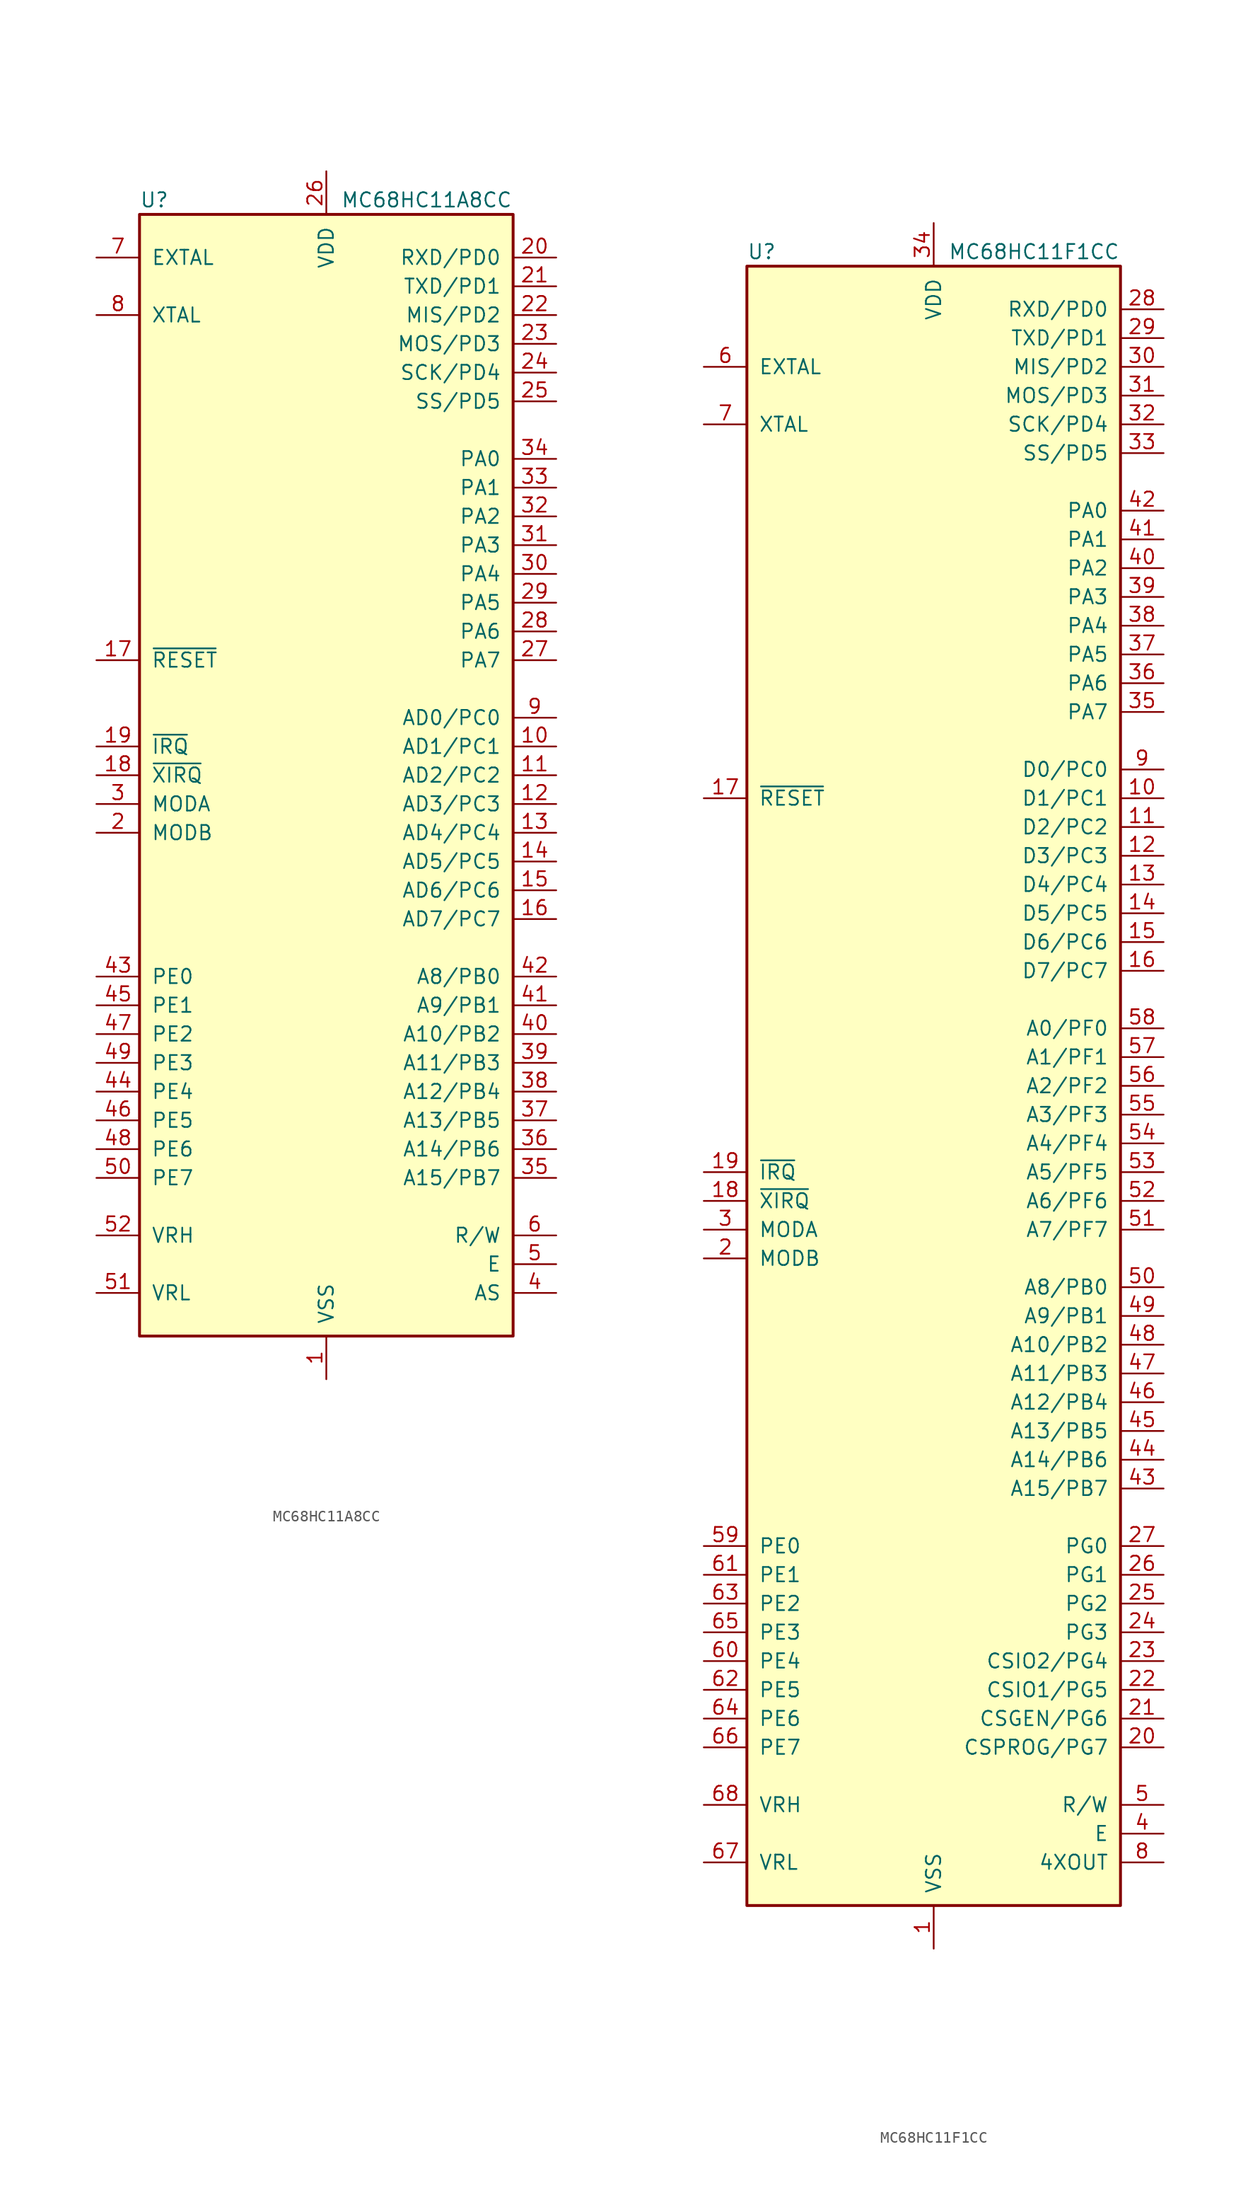
<source format=kicad_sym>
(kicad_symbol_lib
  (version 20211014)
  (generator kicad_symbol_editor)
  (symbol "MC68HC11A8CC"
    (pin_names
      (offset 1.016))
    (property "Reference" "U"
      (at -16.51 50.8 0)
      (effects (font (size 1.27 1.27)) (justify left)))
    (property "Value" "MC68HC11A8CC"
      (at 1.27 50.8 0)
      (effects (font (size 1.27 1.27)) (justify left)))
    (symbol "MC68HC11A8CC_0_1"
      (rectangle (start -16.51 49.53) (end 16.51 -49.53) (stroke (width 0.254) (type default) (color 0 0 0 0)) (fill (type background))))
    (symbol "MC68HC11A8CC_1_1"
      (pin power_in line (at 0 -53.34 90) (length 3.81) (name "VSS" (effects (font (size 1.27 1.27)))) (number "1" (effects (font (size 1.27 1.27)))))
      (pin bidirectional line (at 20.32 2.54 180) (length 3.81) (name "AD1/PC1" (effects (font (size 1.27 1.27)))) (number "10" (effects (font (size 1.27 1.27)))))
      (pin bidirectional line (at 20.32 0 180) (length 3.81) (name "AD2/PC2" (effects (font (size 1.27 1.27)))) (number "11" (effects (font (size 1.27 1.27)))))
      (pin bidirectional line (at 20.32 -2.54 180) (length 3.81) (name "AD3/PC3" (effects (font (size 1.27 1.27)))) (number "12" (effects (font (size 1.27 1.27)))))
      (pin bidirectional line (at 20.32 -5.08 180) (length 3.81) (name "AD4/PC4" (effects (font (size 1.27 1.27)))) (number "13" (effects (font (size 1.27 1.27)))))
      (pin bidirectional line (at 20.32 -7.62 180) (length 3.81) (name "AD5/PC5" (effects (font (size 1.27 1.27)))) (number "14" (effects (font (size 1.27 1.27)))))
      (pin bidirectional line (at 20.32 -10.16 180) (length 3.81) (name "AD6/PC6" (effects (font (size 1.27 1.27)))) (number "15" (effects (font (size 1.27 1.27)))))
      (pin bidirectional line (at 20.32 -12.7 180) (length 3.81) (name "AD7/PC7" (effects (font (size 1.27 1.27)))) (number "16" (effects (font (size 1.27 1.27)))))
      (pin input line (at -20.32 10.16 0) (length 3.81) (name "~{RESET}" (effects (font (size 1.27 1.27)))) (number "17" (effects (font (size 1.27 1.27)))))
      (pin input line (at -20.32 0 0) (length 3.81) (name "~{XIRQ}" (effects (font (size 1.27 1.27)))) (number "18" (effects (font (size 1.27 1.27)))))
      (pin input line (at -20.32 2.54 0) (length 3.81) (name "~{IRQ}" (effects (font (size 1.27 1.27)))) (number "19" (effects (font (size 1.27 1.27)))))
      (pin input line (at -20.32 -5.08 0) (length 3.81) (name "MODB" (effects (font (size 1.27 1.27)))) (number "2" (effects (font (size 1.27 1.27)))))
      (pin bidirectional line (at 20.32 45.72 180) (length 3.81) (name "RXD/PD0" (effects (font (size 1.27 1.27)))) (number "20" (effects (font (size 1.27 1.27)))))
      (pin bidirectional line (at 20.32 43.18 180) (length 3.81) (name "TXD/PD1" (effects (font (size 1.27 1.27)))) (number "21" (effects (font (size 1.27 1.27)))))
      (pin bidirectional line (at 20.32 40.64 180) (length 3.81) (name "MIS/PD2" (effects (font (size 1.27 1.27)))) (number "22" (effects (font (size 1.27 1.27)))))
      (pin bidirectional line (at 20.32 38.1 180) (length 3.81) (name "MOS/PD3" (effects (font (size 1.27 1.27)))) (number "23" (effects (font (size 1.27 1.27)))))
      (pin bidirectional line (at 20.32 35.56 180) (length 3.81) (name "SCK/PD4" (effects (font (size 1.27 1.27)))) (number "24" (effects (font (size 1.27 1.27)))))
      (pin bidirectional line (at 20.32 33.02 180) (length 3.81) (name "SS/PD5" (effects (font (size 1.27 1.27)))) (number "25" (effects (font (size 1.27 1.27)))))
      (pin power_in line (at 0 53.34 270) (length 3.81) (name "VDD" (effects (font (size 1.27 1.27)))) (number "26" (effects (font (size 1.27 1.27)))))
      (pin bidirectional line (at 20.32 10.16 180) (length 3.81) (name "PA7" (effects (font (size 1.27 1.27)))) (number "27" (effects (font (size 1.27 1.27)))))
      (pin output line (at 20.32 12.7 180) (length 3.81) (name "PA6" (effects (font (size 1.27 1.27)))) (number "28" (effects (font (size 1.27 1.27)))))
      (pin output line (at 20.32 15.24 180) (length 3.81) (name "PA5" (effects (font (size 1.27 1.27)))) (number "29" (effects (font (size 1.27 1.27)))))
      (pin bidirectional line (at -20.32 -2.54 0) (length 3.81) (name "MODA" (effects (font (size 1.27 1.27)))) (number "3" (effects (font (size 1.27 1.27)))))
      (pin output line (at 20.32 17.78 180) (length 3.81) (name "PA4" (effects (font (size 1.27 1.27)))) (number "30" (effects (font (size 1.27 1.27)))))
      (pin output line (at 20.32 20.32 180) (length 3.81) (name "PA3" (effects (font (size 1.27 1.27)))) (number "31" (effects (font (size 1.27 1.27)))))
      (pin input line (at 20.32 22.86 180) (length 3.81) (name "PA2" (effects (font (size 1.27 1.27)))) (number "32" (effects (font (size 1.27 1.27)))))
      (pin input line (at 20.32 25.4 180) (length 3.81) (name "PA1" (effects (font (size 1.27 1.27)))) (number "33" (effects (font (size 1.27 1.27)))))
      (pin input line (at 20.32 27.94 180) (length 3.81) (name "PA0" (effects (font (size 1.27 1.27)))) (number "34" (effects (font (size 1.27 1.27)))))
      (pin output line (at 20.32 -35.56 180) (length 3.81) (name "A15/PB7" (effects (font (size 1.27 1.27)))) (number "35" (effects (font (size 1.27 1.27)))))
      (pin output line (at 20.32 -33.02 180) (length 3.81) (name "A14/PB6" (effects (font (size 1.27 1.27)))) (number "36" (effects (font (size 1.27 1.27)))))
      (pin output line (at 20.32 -30.48 180) (length 3.81) (name "A13/PB5" (effects (font (size 1.27 1.27)))) (number "37" (effects (font (size 1.27 1.27)))))
      (pin output line (at 20.32 -27.94 180) (length 3.81) (name "A12/PB4" (effects (font (size 1.27 1.27)))) (number "38" (effects (font (size 1.27 1.27)))))
      (pin output line (at 20.32 -25.4 180) (length 3.81) (name "A11/PB3" (effects (font (size 1.27 1.27)))) (number "39" (effects (font (size 1.27 1.27)))))
      (pin output line (at 20.32 -45.72 180) (length 3.81) (name "AS" (effects (font (size 1.27 1.27)))) (number "4" (effects (font (size 1.27 1.27)))))
      (pin output line (at 20.32 -22.86 180) (length 3.81) (name "A10/PB2" (effects (font (size 1.27 1.27)))) (number "40" (effects (font (size 1.27 1.27)))))
      (pin output line (at 20.32 -20.32 180) (length 3.81) (name "A9/PB1" (effects (font (size 1.27 1.27)))) (number "41" (effects (font (size 1.27 1.27)))))
      (pin output line (at 20.32 -17.78 180) (length 3.81) (name "A8/PB0" (effects (font (size 1.27 1.27)))) (number "42" (effects (font (size 1.27 1.27)))))
      (pin input line (at -20.32 -17.78 0) (length 3.81) (name "PE0" (effects (font (size 1.27 1.27)))) (number "43" (effects (font (size 1.27 1.27)))))
      (pin input line (at -20.32 -27.94 0) (length 3.81) (name "PE4" (effects (font (size 1.27 1.27)))) (number "44" (effects (font (size 1.27 1.27)))))
      (pin input line (at -20.32 -20.32 0) (length 3.81) (name "PE1" (effects (font (size 1.27 1.27)))) (number "45" (effects (font (size 1.27 1.27)))))
      (pin input line (at -20.32 -30.48 0) (length 3.81) (name "PE5" (effects (font (size 1.27 1.27)))) (number "46" (effects (font (size 1.27 1.27)))))
      (pin input line (at -20.32 -22.86 0) (length 3.81) (name "PE2" (effects (font (size 1.27 1.27)))) (number "47" (effects (font (size 1.27 1.27)))))
      (pin input line (at -20.32 -33.02 0) (length 3.81) (name "PE6" (effects (font (size 1.27 1.27)))) (number "48" (effects (font (size 1.27 1.27)))))
      (pin input line (at -20.32 -25.4 0) (length 3.81) (name "PE3" (effects (font (size 1.27 1.27)))) (number "49" (effects (font (size 1.27 1.27)))))
      (pin output line (at 20.32 -43.18 180) (length 3.81) (name "E" (effects (font (size 1.27 1.27)))) (number "5" (effects (font (size 1.27 1.27)))))
      (pin input line (at -20.32 -35.56 0) (length 3.81) (name "PE7" (effects (font (size 1.27 1.27)))) (number "50" (effects (font (size 1.27 1.27)))))
      (pin input line (at -20.32 -45.72 0) (length 3.81) (name "VRL" (effects (font (size 1.27 1.27)))) (number "51" (effects (font (size 1.27 1.27)))))
      (pin input line (at -20.32 -40.64 0) (length 3.81) (name "VRH" (effects (font (size 1.27 1.27)))) (number "52" (effects (font (size 1.27 1.27)))))
      (pin output line (at 20.32 -40.64 180) (length 3.81) (name "R/W" (effects (font (size 1.27 1.27)))) (number "6" (effects (font (size 1.27 1.27)))))
      (pin input line (at -20.32 45.72 0) (length 3.81) (name "EXTAL" (effects (font (size 1.27 1.27)))) (number "7" (effects (font (size 1.27 1.27)))))
      (pin output line (at -20.32 40.64 0) (length 3.81) (name "XTAL" (effects (font (size 1.27 1.27)))) (number "8" (effects (font (size 1.27 1.27)))))
      (pin bidirectional line (at 20.32 5.08 180) (length 3.81) (name "AD0/PC0" (effects (font (size 1.27 1.27)))) (number "9" (effects (font (size 1.27 1.27)))))))
  (symbol "MC68HC11F1CC"
    (pin_names
      (offset 1.016))
    (property "Reference" "U"
      (at -16.51 71.12 0)
      (effects (font (size 1.27 1.27)) (justify left)))
    (property "Value" "MC68HC11F1CC"
      (at 1.27 71.12 0)
      (effects (font (size 1.27 1.27)) (justify left)))
    (symbol "MC68HC11F1CC_0_1"
      (rectangle (start -16.51 69.85) (end 16.51 -74.93) (stroke (width 0.254) (type default) (color 0 0 0 0)) (fill (type background))))
    (symbol "MC68HC11F1CC_1_1"
      (pin power_in line (at 0 -78.74 90) (length 3.81) (name "VSS" (effects (font (size 1.27 1.27)))) (number "1" (effects (font (size 1.27 1.27)))))
      (pin bidirectional line (at 20.32 22.86 180) (length 3.81) (name "D1/PC1" (effects (font (size 1.27 1.27)))) (number "10" (effects (font (size 1.27 1.27)))))
      (pin bidirectional line (at 20.32 20.32 180) (length 3.81) (name "D2/PC2" (effects (font (size 1.27 1.27)))) (number "11" (effects (font (size 1.27 1.27)))))
      (pin bidirectional line (at 20.32 17.78 180) (length 3.81) (name "D3/PC3" (effects (font (size 1.27 1.27)))) (number "12" (effects (font (size 1.27 1.27)))))
      (pin bidirectional line (at 20.32 15.24 180) (length 3.81) (name "D4/PC4" (effects (font (size 1.27 1.27)))) (number "13" (effects (font (size 1.27 1.27)))))
      (pin bidirectional line (at 20.32 12.7 180) (length 3.81) (name "D5/PC5" (effects (font (size 1.27 1.27)))) (number "14" (effects (font (size 1.27 1.27)))))
      (pin bidirectional line (at 20.32 10.16 180) (length 3.81) (name "D6/PC6" (effects (font (size 1.27 1.27)))) (number "15" (effects (font (size 1.27 1.27)))))
      (pin bidirectional line (at 20.32 7.62 180) (length 3.81) (name "D7/PC7" (effects (font (size 1.27 1.27)))) (number "16" (effects (font (size 1.27 1.27)))))
      (pin input line (at -20.32 22.86 0) (length 3.81) (name "~{RESET}" (effects (font (size 1.27 1.27)))) (number "17" (effects (font (size 1.27 1.27)))))
      (pin input line (at -20.32 -12.7 0) (length 3.81) (name "~{XIRQ}" (effects (font (size 1.27 1.27)))) (number "18" (effects (font (size 1.27 1.27)))))
      (pin input line (at -20.32 -10.16 0) (length 3.81) (name "~{IRQ}" (effects (font (size 1.27 1.27)))) (number "19" (effects (font (size 1.27 1.27)))))
      (pin input line (at -20.32 -17.78 0) (length 3.81) (name "MODB" (effects (font (size 1.27 1.27)))) (number "2" (effects (font (size 1.27 1.27)))))
      (pin bidirectional line (at 20.32 -60.96 180) (length 3.81) (name "CSPROG/PG7" (effects (font (size 1.27 1.27)))) (number "20" (effects (font (size 1.27 1.27)))))
      (pin bidirectional line (at 20.32 -58.42 180) (length 3.81) (name "CSGEN/PG6" (effects (font (size 1.27 1.27)))) (number "21" (effects (font (size 1.27 1.27)))))
      (pin bidirectional line (at 20.32 -55.88 180) (length 3.81) (name "CSIO1/PG5" (effects (font (size 1.27 1.27)))) (number "22" (effects (font (size 1.27 1.27)))))
      (pin bidirectional line (at 20.32 -53.34 180) (length 3.81) (name "CSIO2/PG4" (effects (font (size 1.27 1.27)))) (number "23" (effects (font (size 1.27 1.27)))))
      (pin bidirectional line (at 20.32 -50.8 180) (length 3.81) (name "PG3" (effects (font (size 1.27 1.27)))) (number "24" (effects (font (size 1.27 1.27)))))
      (pin bidirectional line (at 20.32 -48.26 180) (length 3.81) (name "PG2" (effects (font (size 1.27 1.27)))) (number "25" (effects (font (size 1.27 1.27)))))
      (pin bidirectional line (at 20.32 -45.72 180) (length 3.81) (name "PG1" (effects (font (size 1.27 1.27)))) (number "26" (effects (font (size 1.27 1.27)))))
      (pin bidirectional line (at 20.32 -43.18 180) (length 3.81) (name "PG0" (effects (font (size 1.27 1.27)))) (number "27" (effects (font (size 1.27 1.27)))))
      (pin bidirectional line (at 20.32 66.04 180) (length 3.81) (name "RXD/PD0" (effects (font (size 1.27 1.27)))) (number "28" (effects (font (size 1.27 1.27)))))
      (pin bidirectional line (at 20.32 63.5 180) (length 3.81) (name "TXD/PD1" (effects (font (size 1.27 1.27)))) (number "29" (effects (font (size 1.27 1.27)))))
      (pin bidirectional line (at -20.32 -15.24 0) (length 3.81) (name "MODA" (effects (font (size 1.27 1.27)))) (number "3" (effects (font (size 1.27 1.27)))))
      (pin bidirectional line (at 20.32 60.96 180) (length 3.81) (name "MIS/PD2" (effects (font (size 1.27 1.27)))) (number "30" (effects (font (size 1.27 1.27)))))
      (pin bidirectional line (at 20.32 58.42 180) (length 3.81) (name "MOS/PD3" (effects (font (size 1.27 1.27)))) (number "31" (effects (font (size 1.27 1.27)))))
      (pin bidirectional line (at 20.32 55.88 180) (length 3.81) (name "SCK/PD4" (effects (font (size 1.27 1.27)))) (number "32" (effects (font (size 1.27 1.27)))))
      (pin bidirectional line (at 20.32 53.34 180) (length 3.81) (name "SS/PD5" (effects (font (size 1.27 1.27)))) (number "33" (effects (font (size 1.27 1.27)))))
      (pin power_in line (at 0 73.66 270) (length 3.81) (name "VDD" (effects (font (size 1.27 1.27)))) (number "34" (effects (font (size 1.27 1.27)))))
      (pin bidirectional line (at 20.32 30.48 180) (length 3.81) (name "PA7" (effects (font (size 1.27 1.27)))) (number "35" (effects (font (size 1.27 1.27)))))
      (pin bidirectional line (at 20.32 33.02 180) (length 3.81) (name "PA6" (effects (font (size 1.27 1.27)))) (number "36" (effects (font (size 1.27 1.27)))))
      (pin bidirectional line (at 20.32 35.56 180) (length 3.81) (name "PA5" (effects (font (size 1.27 1.27)))) (number "37" (effects (font (size 1.27 1.27)))))
      (pin bidirectional line (at 20.32 38.1 180) (length 3.81) (name "PA4" (effects (font (size 1.27 1.27)))) (number "38" (effects (font (size 1.27 1.27)))))
      (pin bidirectional line (at 20.32 40.64 180) (length 3.81) (name "PA3" (effects (font (size 1.27 1.27)))) (number "39" (effects (font (size 1.27 1.27)))))
      (pin output line (at 20.32 -68.58 180) (length 3.81) (name "E" (effects (font (size 1.27 1.27)))) (number "4" (effects (font (size 1.27 1.27)))))
      (pin bidirectional line (at 20.32 43.18 180) (length 3.81) (name "PA2" (effects (font (size 1.27 1.27)))) (number "40" (effects (font (size 1.27 1.27)))))
      (pin bidirectional line (at 20.32 45.72 180) (length 3.81) (name "PA1" (effects (font (size 1.27 1.27)))) (number "41" (effects (font (size 1.27 1.27)))))
      (pin bidirectional line (at 20.32 48.26 180) (length 3.81) (name "PA0" (effects (font (size 1.27 1.27)))) (number "42" (effects (font (size 1.27 1.27)))))
      (pin output line (at 20.32 -38.1 180) (length 3.81) (name "A15/PB7" (effects (font (size 1.27 1.27)))) (number "43" (effects (font (size 1.27 1.27)))))
      (pin output line (at 20.32 -35.56 180) (length 3.81) (name "A14/PB6" (effects (font (size 1.27 1.27)))) (number "44" (effects (font (size 1.27 1.27)))))
      (pin output line (at 20.32 -33.02 180) (length 3.81) (name "A13/PB5" (effects (font (size 1.27 1.27)))) (number "45" (effects (font (size 1.27 1.27)))))
      (pin output line (at 20.32 -30.48 180) (length 3.81) (name "A12/PB4" (effects (font (size 1.27 1.27)))) (number "46" (effects (font (size 1.27 1.27)))))
      (pin output line (at 20.32 -27.94 180) (length 3.81) (name "A11/PB3" (effects (font (size 1.27 1.27)))) (number "47" (effects (font (size 1.27 1.27)))))
      (pin output line (at 20.32 -25.4 180) (length 3.81) (name "A10/PB2" (effects (font (size 1.27 1.27)))) (number "48" (effects (font (size 1.27 1.27)))))
      (pin output line (at 20.32 -22.86 180) (length 3.81) (name "A9/PB1" (effects (font (size 1.27 1.27)))) (number "49" (effects (font (size 1.27 1.27)))))
      (pin output line (at 20.32 -66.04 180) (length 3.81) (name "R/W" (effects (font (size 1.27 1.27)))) (number "5" (effects (font (size 1.27 1.27)))))
      (pin output line (at 20.32 -20.32 180) (length 3.81) (name "A8/PB0" (effects (font (size 1.27 1.27)))) (number "50" (effects (font (size 1.27 1.27)))))
      (pin output line (at 20.32 -15.24 180) (length 3.81) (name "A7/PF7" (effects (font (size 1.27 1.27)))) (number "51" (effects (font (size 1.27 1.27)))))
      (pin output line (at 20.32 -12.7 180) (length 3.81) (name "A6/PF6" (effects (font (size 1.27 1.27)))) (number "52" (effects (font (size 1.27 1.27)))))
      (pin output line (at 20.32 -10.16 180) (length 3.81) (name "A5/PF5" (effects (font (size 1.27 1.27)))) (number "53" (effects (font (size 1.27 1.27)))))
      (pin output line (at 20.32 -7.62 180) (length 3.81) (name "A4/PF4" (effects (font (size 1.27 1.27)))) (number "54" (effects (font (size 1.27 1.27)))))
      (pin output line (at 20.32 -5.08 180) (length 3.81) (name "A3/PF3" (effects (font (size 1.27 1.27)))) (number "55" (effects (font (size 1.27 1.27)))))
      (pin output line (at 20.32 -2.54 180) (length 3.81) (name "A2/PF2" (effects (font (size 1.27 1.27)))) (number "56" (effects (font (size 1.27 1.27)))))
      (pin output line (at 20.32 0 180) (length 3.81) (name "A1/PF1" (effects (font (size 1.27 1.27)))) (number "57" (effects (font (size 1.27 1.27)))))
      (pin output line (at 20.32 2.54 180) (length 3.81) (name "A0/PF0" (effects (font (size 1.27 1.27)))) (number "58" (effects (font (size 1.27 1.27)))))
      (pin input line (at -20.32 -43.18 0) (length 3.81) (name "PE0" (effects (font (size 1.27 1.27)))) (number "59" (effects (font (size 1.27 1.27)))))
      (pin output line (at -20.32 60.96 0) (length 3.81) (name "EXTAL" (effects (font (size 1.27 1.27)))) (number "6" (effects (font (size 1.27 1.27)))))
      (pin input line (at -20.32 -53.34 0) (length 3.81) (name "PE4" (effects (font (size 1.27 1.27)))) (number "60" (effects (font (size 1.27 1.27)))))
      (pin input line (at -20.32 -45.72 0) (length 3.81) (name "PE1" (effects (font (size 1.27 1.27)))) (number "61" (effects (font (size 1.27 1.27)))))
      (pin input line (at -20.32 -55.88 0) (length 3.81) (name "PE5" (effects (font (size 1.27 1.27)))) (number "62" (effects (font (size 1.27 1.27)))))
      (pin input line (at -20.32 -48.26 0) (length 3.81) (name "PE2" (effects (font (size 1.27 1.27)))) (number "63" (effects (font (size 1.27 1.27)))))
      (pin input line (at -20.32 -58.42 0) (length 3.81) (name "PE6" (effects (font (size 1.27 1.27)))) (number "64" (effects (font (size 1.27 1.27)))))
      (pin input line (at -20.32 -50.8 0) (length 3.81) (name "PE3" (effects (font (size 1.27 1.27)))) (number "65" (effects (font (size 1.27 1.27)))))
      (pin input line (at -20.32 -60.96 0) (length 3.81) (name "PE7" (effects (font (size 1.27 1.27)))) (number "66" (effects (font (size 1.27 1.27)))))
      (pin input line (at -20.32 -71.12 0) (length 3.81) (name "VRL" (effects (font (size 1.27 1.27)))) (number "67" (effects (font (size 1.27 1.27)))))
      (pin input line (at -20.32 -66.04 0) (length 3.81) (name "VRH" (effects (font (size 1.27 1.27)))) (number "68" (effects (font (size 1.27 1.27)))))
      (pin input line (at -20.32 55.88 0) (length 3.81) (name "XTAL" (effects (font (size 1.27 1.27)))) (number "7" (effects (font (size 1.27 1.27)))))
      (pin output line (at 20.32 -71.12 180) (length 3.81) (name "4XOUT" (effects (font (size 1.27 1.27)))) (number "8" (effects (font (size 1.27 1.27)))))
      (pin bidirectional line (at 20.32 25.4 180) (length 3.81) (name "D0/PC0" (effects (font (size 1.27 1.27)))) (number "9" (effects (font (size 1.27 1.27))))))))
</source>
